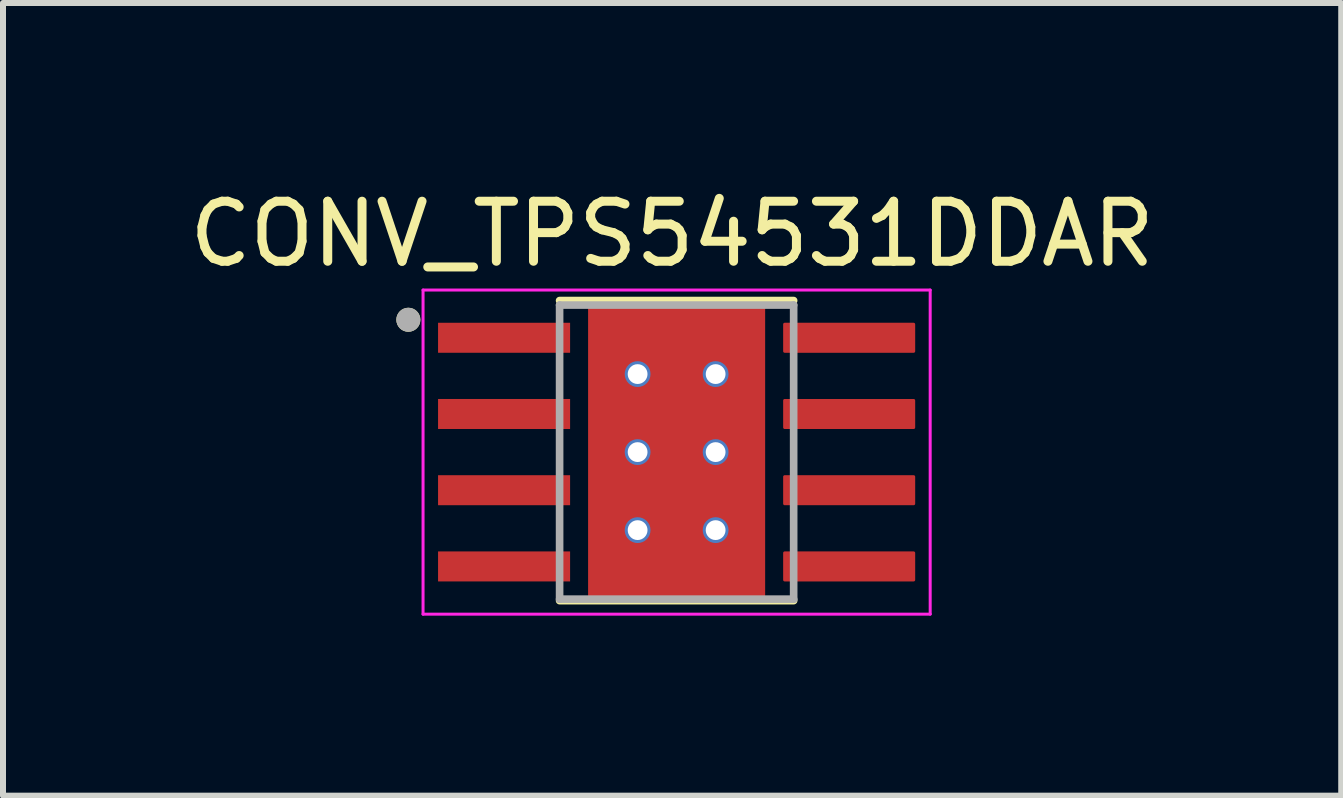
<source format=kicad_pcb>
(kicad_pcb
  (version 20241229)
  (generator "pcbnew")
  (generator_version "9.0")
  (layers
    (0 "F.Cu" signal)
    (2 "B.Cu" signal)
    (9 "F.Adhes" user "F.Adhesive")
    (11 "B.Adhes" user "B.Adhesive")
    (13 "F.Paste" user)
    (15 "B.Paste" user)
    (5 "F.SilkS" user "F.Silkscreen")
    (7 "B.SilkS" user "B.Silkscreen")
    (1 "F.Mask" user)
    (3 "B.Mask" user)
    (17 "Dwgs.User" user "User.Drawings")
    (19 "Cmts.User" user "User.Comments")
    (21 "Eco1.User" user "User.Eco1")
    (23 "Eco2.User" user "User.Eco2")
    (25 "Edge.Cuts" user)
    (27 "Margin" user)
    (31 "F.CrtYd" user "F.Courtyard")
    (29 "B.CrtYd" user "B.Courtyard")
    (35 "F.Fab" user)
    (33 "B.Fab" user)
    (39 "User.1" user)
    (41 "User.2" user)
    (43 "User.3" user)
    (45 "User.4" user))
  (footprint "CONV_TPS54531DDAR"
    (layer "F.Cu")
    (at 8.224 4.483)
    (property "Reference" "CONV_TPS54531DDAR" (at -0.075 -3.635 0) (layer "F.SilkS") (effects (font (size 1 1) (thickness 0.15))))
    (attr smd)
    (fp_poly (pts (xy -4.045 -2.225) (xy -1.705 -2.225) (xy -1.705 -1.585) (xy -4.045 -1.585)) (stroke (width 0.01) (type solid)) (fill yes) (layer "F.Mask"))
    (fp_poly (pts (xy -4.045 -0.955) (xy -1.705 -0.955) (xy -1.705 -0.315) (xy -4.045 -0.315)) (stroke (width 0.01) (type solid)) (fill yes) (layer "F.Mask"))
    (fp_poly (pts (xy -4.045 0.315) (xy -1.705 0.315) (xy -1.705 0.955) (xy -4.045 0.955)) (stroke (width 0.01) (type solid)) (fill yes) (layer "F.Mask"))
    (fp_poly (pts (xy -4.045 1.585) (xy -1.705 1.585) (xy -1.705 2.225) (xy -4.045 2.225)) (stroke (width 0.01) (type solid)) (fill yes) (layer "F.Mask"))
    (fp_poly (pts (xy -1.2 -1.55) (xy 1.2 -1.55) (xy 1.2 1.55) (xy -1.2 1.55)) (stroke (width 0.01) (type solid)) (fill yes) (layer "F.Mask"))
    (fp_poly (pts (xy 1.705 -2.225) (xy 4.045 -2.225) (xy 4.045 -1.585) (xy 1.705 -1.585)) (stroke (width 0.01) (type solid)) (fill yes) (layer "F.Mask"))
    (fp_poly (pts (xy 1.705 -0.955) (xy 4.045 -0.955) (xy 4.045 -0.315) (xy 1.705 -0.315)) (stroke (width 0.01) (type solid)) (fill yes) (layer "F.Mask"))
    (fp_poly (pts (xy 1.705 0.315) (xy 4.045 0.315) (xy 4.045 0.955) (xy 1.705 0.955)) (stroke (width 0.01) (type solid)) (fill yes) (layer "F.Mask"))
    (fp_poly (pts (xy 1.705 1.585) (xy 4.045 1.585) (xy 4.045 2.225) (xy 1.705 2.225)) (stroke (width 0.01) (type solid)) (fill yes) (layer "F.Mask"))
    (fp_line (start -1.95 -2.525) (end 1.95 -2.525) (stroke (width 0.127) (type solid)) (layer "F.SilkS"))
    (fp_line (start -1.95 2.475) (end 1.95 2.475) (stroke (width 0.127) (type solid)) (layer "F.SilkS"))
    (fp_circle (center -4.47 -2.205) (end -4.37 -2.205) (stroke (width 0.2) (type solid)) (fill no) (layer "F.SilkS"))
    (fp_poly (pts (xy -3.95 -2.13) (xy -1.8 -2.13) (xy -1.8 -1.68) (xy -3.95 -1.68)) (stroke (width 0.01) (type solid)) (fill yes) (layer "F.Paste"))
    (fp_poly (pts (xy -3.95 -0.86) (xy -1.8 -0.86) (xy -1.8 -0.41) (xy -3.95 -0.41)) (stroke (width 0.01) (type solid)) (fill yes) (layer "F.Paste"))
    (fp_poly (pts (xy -3.95 0.41) (xy -1.8 0.41) (xy -1.8 0.86) (xy -3.95 0.86)) (stroke (width 0.01) (type solid)) (fill yes) (layer "F.Paste"))
    (fp_poly (pts (xy -3.95 1.68) (xy -1.8 1.68) (xy -1.8 2.13) (xy -3.95 2.13)) (stroke (width 0.01) (type solid)) (fill yes) (layer "F.Paste"))
    (fp_poly (pts (xy -1.2 -1.55) (xy 1.2 -1.55) (xy 1.2 1.55) (xy -1.2 1.55)) (stroke (width 0.01) (type solid)) (fill yes) (layer "F.Paste"))
    (fp_poly (pts (xy 1.8 -2.13) (xy 3.95 -2.13) (xy 3.95 -1.68) (xy 1.8 -1.68)) (stroke (width 0.01) (type solid)) (fill yes) (layer "F.Paste"))
    (fp_poly (pts (xy 1.8 -0.86) (xy 3.95 -0.86) (xy 3.95 -0.41) (xy 1.8 -0.41)) (stroke (width 0.01) (type solid)) (fill yes) (layer "F.Paste"))
    (fp_poly (pts (xy 1.8 0.41) (xy 3.95 0.41) (xy 3.95 0.86) (xy 1.8 0.86)) (stroke (width 0.01) (type solid)) (fill yes) (layer "F.Paste"))
    (fp_poly (pts (xy 1.8 1.68) (xy 3.95 1.68) (xy 3.95 2.13) (xy 1.8 2.13)) (stroke (width 0.01) (type solid)) (fill yes) (layer "F.Paste"))
    (fp_line (start -4.225 -2.7) (end -4.225 2.7) (stroke (width 0.05) (type solid)) (layer "F.CrtYd"))
    (fp_line (start -4.225 -2.7) (end 4.225 -2.7) (stroke (width 0.05) (type solid)) (layer "F.CrtYd"))
    (fp_line (start -4.225 2.7) (end 4.225 2.7) (stroke (width 0.05) (type solid)) (layer "F.CrtYd"))
    (fp_line (start 4.225 -2.7) (end 4.225 2.7) (stroke (width 0.05) (type solid)) (layer "F.CrtYd"))
    (fp_line (start -1.95 -2.45) (end -1.95 2.45) (stroke (width 0.127) (type solid)) (layer "F.Fab"))
    (fp_line (start -1.95 -2.45) (end 1.95 -2.45) (stroke (width 0.127) (type solid)) (layer "F.Fab"))
    (fp_line (start -1.95 2.45) (end 1.95 2.45) (stroke (width 0.127) (type solid)) (layer "F.Fab"))
    (fp_line (start 1.95 -2.45) (end 1.95 2.45) (stroke (width 0.127) (type solid)) (layer "F.Fab"))
    (fp_circle (center -4.47 -2.205) (end -4.37 -2.205) (stroke (width 0.2) (type solid)) (fill no) (layer "F.Fab"))
    (pad "1" smd rect (at -2.875 -1.905) (size 2.2 0.5) (layers "F.Cu"))
    (pad "2" smd rect (at -2.875 -0.635) (size 2.2 0.5) (layers "F.Cu"))
    (pad "3" smd rect (at -2.875 0.635) (size 2.2 0.5) (layers "F.Cu"))
    (pad "4" smd rect (at -2.875 1.905) (size 2.2 0.5) (layers "F.Cu"))
    (pad "5" smd roundrect (at 2.875 1.905) (size 2.2 0.5) (layers "F.Cu") (roundrect_rratio 0.05))
    (pad "6" smd roundrect (at 2.875 0.635) (size 2.2 0.5) (layers "F.Cu") (roundrect_rratio 0.05))
    (pad "7" smd roundrect (at 2.875 -0.635) (size 2.2 0.5) (layers "F.Cu") (roundrect_rratio 0.05))
    (pad "8" smd roundrect (at 2.875 -1.905) (size 2.2 0.5) (layers "F.Cu") (roundrect_rratio 0.05))
    (pad "9" smd rect (at 0 0) (size 2.95 4.9) (layers "F.Cu"))
    (pad "10" thru_hole circle (at -0.65 -1.3) (size 0.43 0.43) (drill 0.33) (layers "*.Cu"))
    (pad "11" thru_hole circle (at 0.65 -1.3) (size 0.43 0.43) (drill 0.33) (layers "*.Cu"))
    (pad "12" thru_hole circle (at -0.65 0) (size 0.43 0.43) (drill 0.33) (layers "*.Cu"))
    (pad "13" thru_hole circle (at 0.65 0) (size 0.43 0.43) (drill 0.33) (layers "*.Cu"))
    (pad "14" thru_hole circle (at -0.65 1.3) (size 0.43 0.43) (drill 0.33) (layers "*.Cu"))
    (pad "15" thru_hole circle (at 0.65 1.3) (size 0.43 0.43) (drill 0.33) (layers "*.Cu")))
  (gr_rect
    (start -3 -3)
    (end 19.298 10.208)
    (stroke (width 0.1) (type default))
    (fill no)
    (layer "Edge.Cuts")))
</source>
